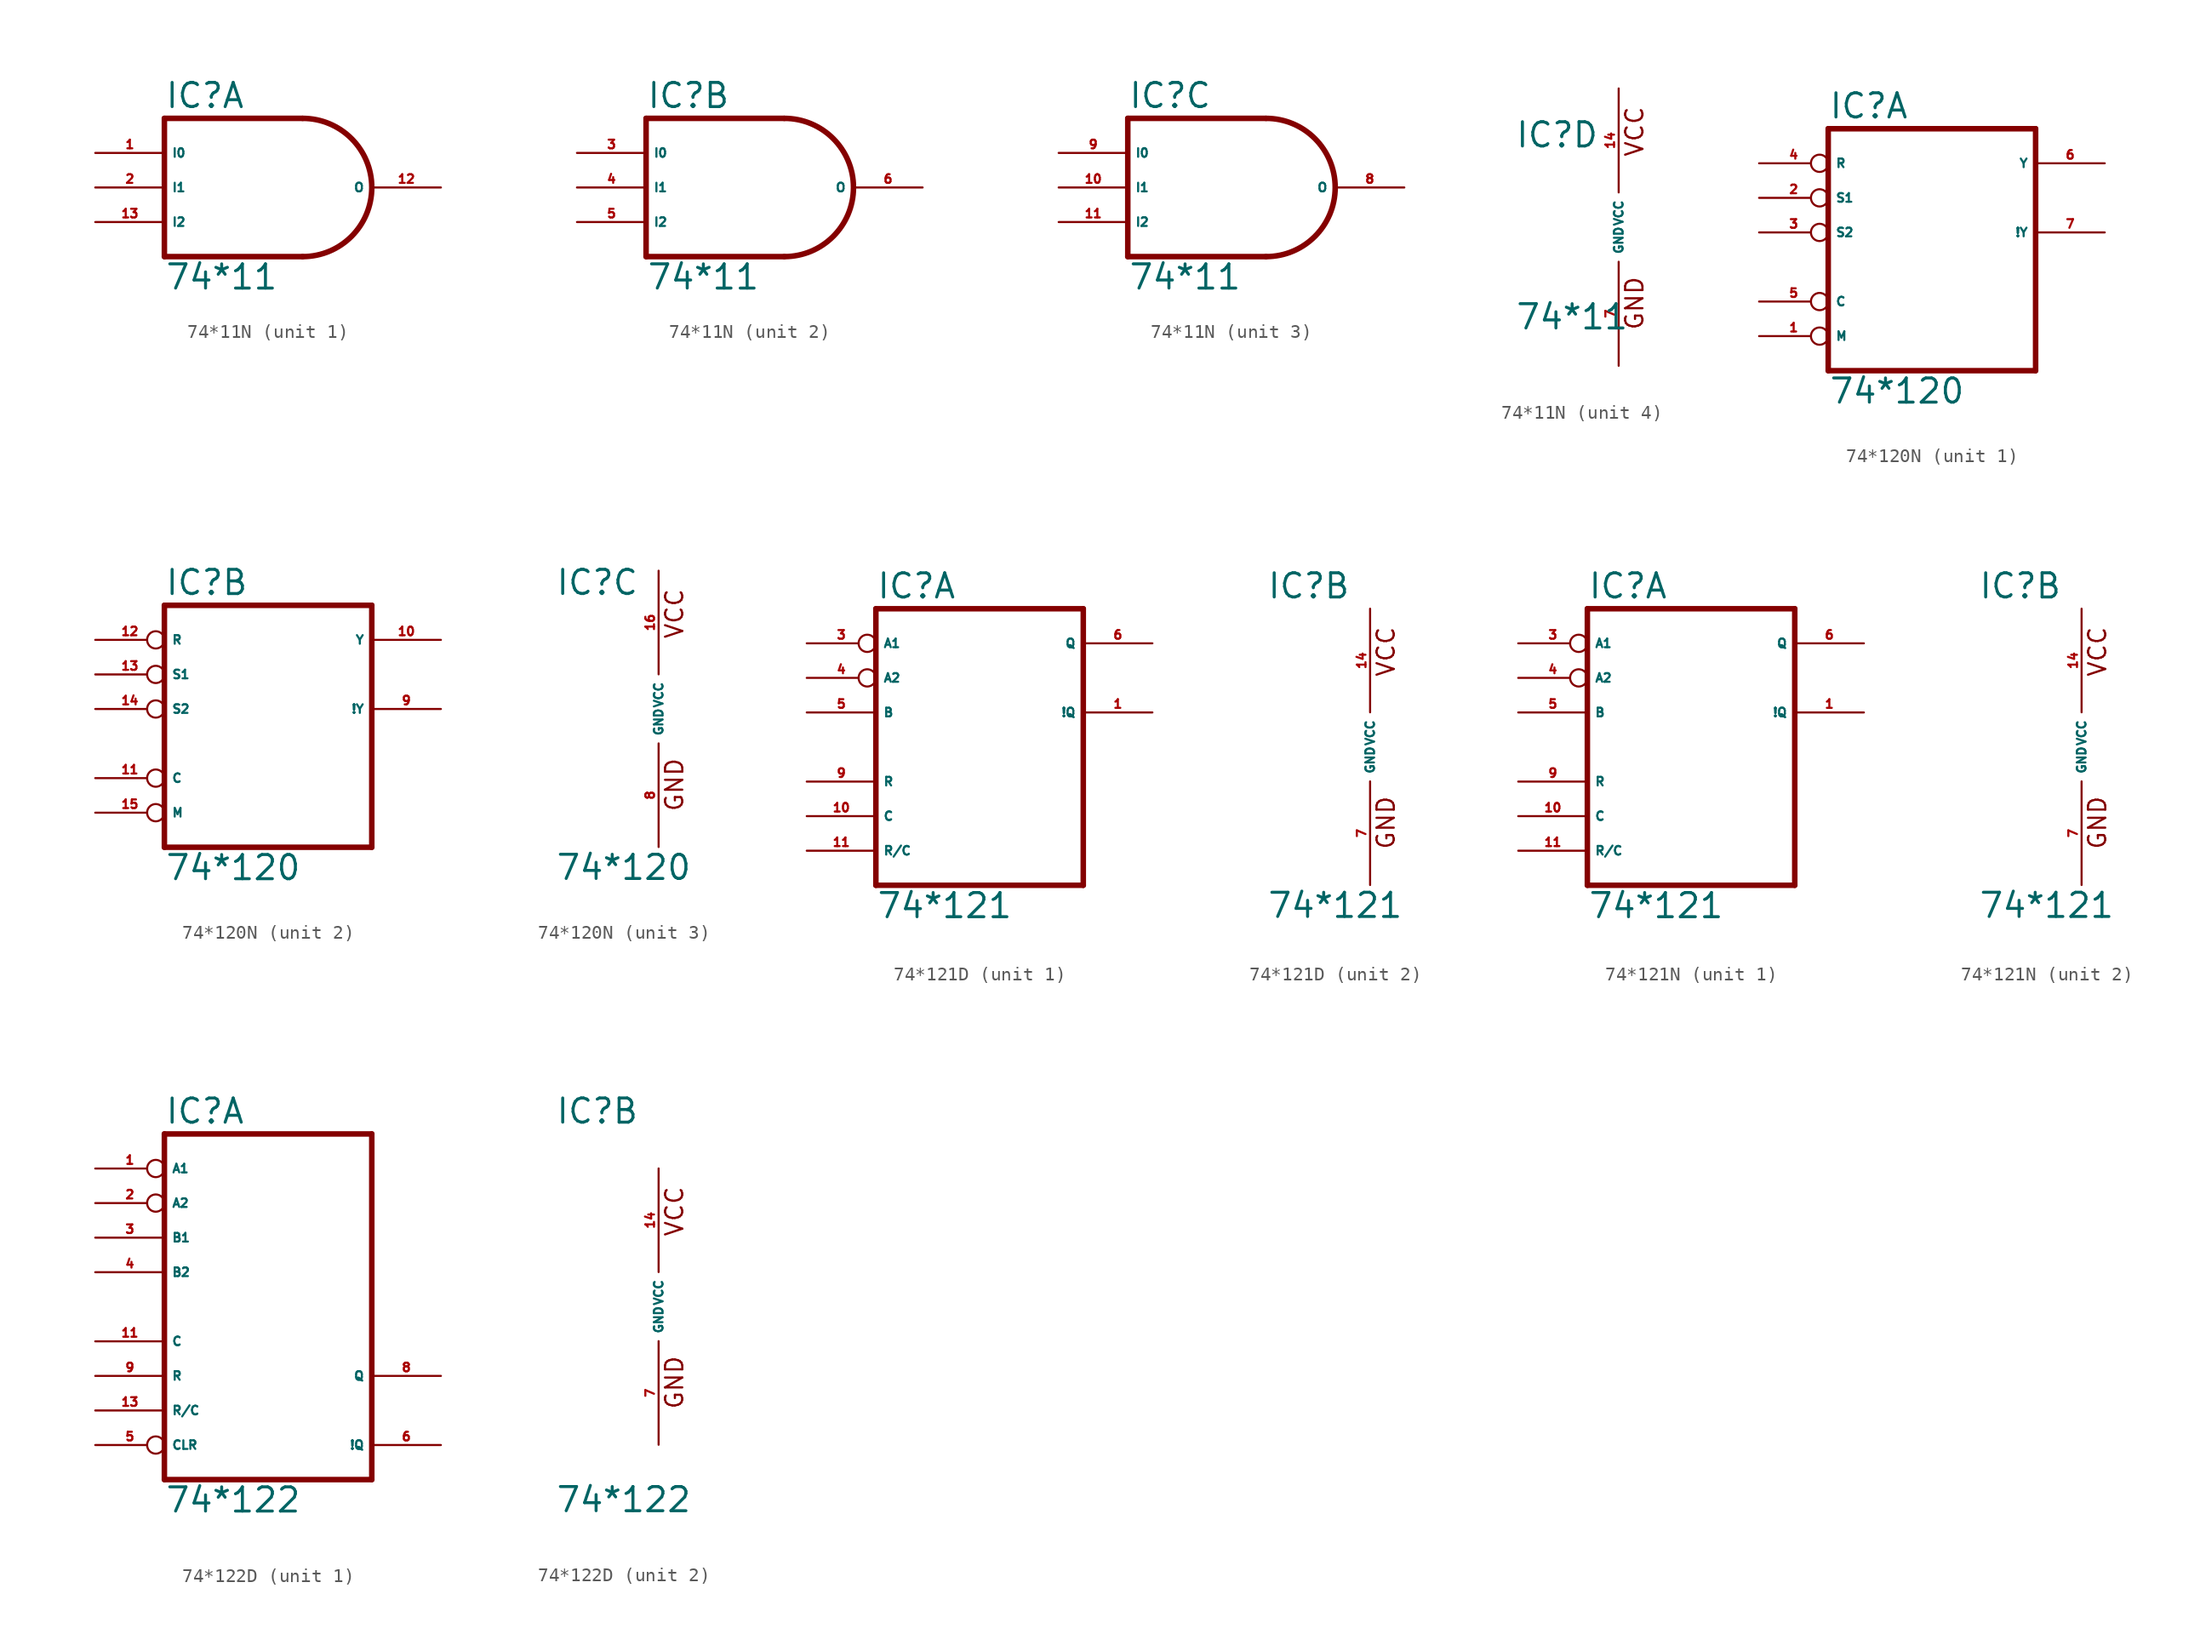
<source format=kicad_sym>
(kicad_symbol_lib
  (version 20220914)
  (generator Eagle2Kicad)
  (symbol "74*11N"
    (property "Reference" "IC"
      (at -7.62 5.715 0)
      (effects (font (size 1.778 1.778) (thickness 0.22)) (justify left bottom)))
    (property "Value" "74*11"
      (at -7.62 -7.62 0)
      (effects (font (size 1.778 1.778) (thickness 0.22)) (justify left bottom)))
    (symbol "74*11N_1_0"
      (polyline (pts (xy 2.54 5.08) (xy -7.62 5.08)) (stroke (width 0.406) (type default)) (fill (type none)))
      (polyline (pts (xy -7.62 5.08) (xy -7.62 -5.08)) (stroke (width 0.406) (type default)) (fill (type none)))
      (polyline (pts (xy -7.62 -5.08) (xy 2.54 -5.08)) (stroke (width 0.406) (type default)) (fill (type none)))
      (arc (start 2.54 -5.08) (mid 7.620 0.000) (end 2.54 5.08) (stroke (width 0.4064) (type default)) (fill (type none)))
      (pin input line (at -12.7 2.54 0) (length 5.08) (name "I0" (effects (font (size 0.635 0.635) (thickness 0.08)) (justify left bottom))) (number "1" (effects (font (size 0.635 0.635) (thickness 0.08)) (justify left bottom))))
      (pin input line (at -12.7 0 0) (length 5.08) (name "I1" (effects (font (size 0.635 0.635) (thickness 0.08)) (justify left bottom))) (number "2" (effects (font (size 0.635 0.635) (thickness 0.08)) (justify left bottom))))
      (pin output line (at 12.7 0 180) (length 5.08) (name "O" (effects (font (size 0.635 0.635) (thickness 0.08)) (justify left bottom))) (number "12" (effects (font (size 0.635 0.635) (thickness 0.08)) (justify left bottom))))
      (pin input line (at -12.7 -2.54 0) (length 5.08) (name "I2" (effects (font (size 0.635 0.635) (thickness 0.08)) (justify left bottom))) (number "13" (effects (font (size 0.635 0.635) (thickness 0.08)) (justify left bottom)))))
    (symbol "74*11N_2_0"
      (polyline (pts (xy 2.54 5.08) (xy -7.62 5.08)) (stroke (width 0.406) (type default)) (fill (type none)))
      (polyline (pts (xy -7.62 5.08) (xy -7.62 -5.08)) (stroke (width 0.406) (type default)) (fill (type none)))
      (polyline (pts (xy -7.62 -5.08) (xy 2.54 -5.08)) (stroke (width 0.406) (type default)) (fill (type none)))
      (arc (start 2.54 -5.08) (mid 7.620 0.000) (end 2.54 5.08) (stroke (width 0.4064) (type default)) (fill (type none)))
      (pin input line (at -12.7 2.54 0) (length 5.08) (name "I0" (effects (font (size 0.635 0.635) (thickness 0.08)) (justify left bottom))) (number "3" (effects (font (size 0.635 0.635) (thickness 0.08)) (justify left bottom))))
      (pin input line (at -12.7 0 0) (length 5.08) (name "I1" (effects (font (size 0.635 0.635) (thickness 0.08)) (justify left bottom))) (number "4" (effects (font (size 0.635 0.635) (thickness 0.08)) (justify left bottom))))
      (pin output line (at 12.7 0 180) (length 5.08) (name "O" (effects (font (size 0.635 0.635) (thickness 0.08)) (justify left bottom))) (number "6" (effects (font (size 0.635 0.635) (thickness 0.08)) (justify left bottom))))
      (pin input line (at -12.7 -2.54 0) (length 5.08) (name "I2" (effects (font (size 0.635 0.635) (thickness 0.08)) (justify left bottom))) (number "5" (effects (font (size 0.635 0.635) (thickness 0.08)) (justify left bottom)))))
    (symbol "74*11N_3_0"
      (polyline (pts (xy 2.54 5.08) (xy -7.62 5.08)) (stroke (width 0.406) (type default)) (fill (type none)))
      (polyline (pts (xy -7.62 5.08) (xy -7.62 -5.08)) (stroke (width 0.406) (type default)) (fill (type none)))
      (polyline (pts (xy -7.62 -5.08) (xy 2.54 -5.08)) (stroke (width 0.406) (type default)) (fill (type none)))
      (arc (start 2.54 -5.08) (mid 7.620 0.000) (end 2.54 5.08) (stroke (width 0.4064) (type default)) (fill (type none)))
      (pin input line (at -12.7 2.54 0) (length 5.08) (name "I0" (effects (font (size 0.635 0.635) (thickness 0.08)) (justify left bottom))) (number "9" (effects (font (size 0.635 0.635) (thickness 0.08)) (justify left bottom))))
      (pin input line (at -12.7 0 0) (length 5.08) (name "I1" (effects (font (size 0.635 0.635) (thickness 0.08)) (justify left bottom))) (number "10" (effects (font (size 0.635 0.635) (thickness 0.08)) (justify left bottom))))
      (pin output line (at 12.7 0 180) (length 5.08) (name "O" (effects (font (size 0.635 0.635) (thickness 0.08)) (justify left bottom))) (number "8" (effects (font (size 0.635 0.635) (thickness 0.08)) (justify left bottom))))
      (pin input line (at -12.7 -2.54 0) (length 5.08) (name "I2" (effects (font (size 0.635 0.635) (thickness 0.08)) (justify left bottom))) (number "11" (effects (font (size 0.635 0.635) (thickness 0.08)) (justify left bottom)))))
    (symbol "74*11N_4_0"
      (text "GND" (at 1.905 -7.62 900) (effects (font (size 1.27 1.27) (thickness 0.16)) (justify left bottom)))
      (text "VCC" (at 1.905 5.08 900) (effects (font (size 1.27 1.27) (thickness 0.16)) (justify left bottom)))
      (pin unspecified line (at 0 -10.16 90) (length 7.62) (name "GND" (effects (font (size 0.635 0.635) (thickness 0.08)) (justify left bottom))) (number "7" (effects (font (size 0.635 0.635) (thickness 0.08)) (justify left bottom))))
      (pin unspecified line (at 0 10.16 270) (length 7.62) (name "VCC" (effects (font (size 0.635 0.635) (thickness 0.08)) (justify left bottom))) (number "14" (effects (font (size 0.635 0.635) (thickness 0.08)) (justify left bottom))))))
  (symbol "74*120N"
    (property "Reference" "IC"
      (at -7.62 8.255 0)
      (effects (font (size 1.778 1.778) (thickness 0.22)) (justify left bottom)))
    (property "Value" "74*120"
      (at -7.62 -12.7 0)
      (effects (font (size 1.778 1.778) (thickness 0.22)) (justify left bottom)))
    (symbol "74*120N_1_0"
      (polyline (pts (xy -7.62 -10.16) (xy 7.62 -10.16)) (stroke (width 0.406) (type default)) (fill (type none)))
      (polyline (pts (xy 7.62 -10.16) (xy 7.62 7.62)) (stroke (width 0.406) (type default)) (fill (type none)))
      (polyline (pts (xy 7.62 7.62) (xy -7.62 7.62)) (stroke (width 0.406) (type default)) (fill (type none)))
      (polyline (pts (xy -7.62 7.62) (xy -7.62 -10.16)) (stroke (width 0.406) (type default)) (fill (type none)))
      (pin input inverted (at -12.7 -7.62 0) (length 5.08) (name "M" (effects (font (size 0.635 0.635) (thickness 0.08)) (justify left bottom))) (number "1" (effects (font (size 0.635 0.635) (thickness 0.08)) (justify left bottom))))
      (pin input inverted (at -12.7 2.54 0) (length 5.08) (name "S1" (effects (font (size 0.635 0.635) (thickness 0.08)) (justify left bottom))) (number "2" (effects (font (size 0.635 0.635) (thickness 0.08)) (justify left bottom))))
      (pin input inverted (at -12.7 0 0) (length 5.08) (name "S2" (effects (font (size 0.635 0.635) (thickness 0.08)) (justify left bottom))) (number "3" (effects (font (size 0.635 0.635) (thickness 0.08)) (justify left bottom))))
      (pin input inverted (at -12.7 5.08 0) (length 5.08) (name "R" (effects (font (size 0.635 0.635) (thickness 0.08)) (justify left bottom))) (number "4" (effects (font (size 0.635 0.635) (thickness 0.08)) (justify left bottom))))
      (pin input inverted (at -12.7 -5.08 0) (length 5.08) (name "C" (effects (font (size 0.635 0.635) (thickness 0.08)) (justify left bottom))) (number "5" (effects (font (size 0.635 0.635) (thickness 0.08)) (justify left bottom))))
      (pin output line (at 12.7 5.08 180) (length 5.08) (name "Y" (effects (font (size 0.635 0.635) (thickness 0.08)) (justify left bottom))) (number "6" (effects (font (size 0.635 0.635) (thickness 0.08)) (justify left bottom))))
      (pin output line (at 12.7 0 180) (length 5.08) (name "!Y" (effects (font (size 0.635 0.635) (thickness 0.08)) (justify left bottom))) (number "7" (effects (font (size 0.635 0.635) (thickness 0.08)) (justify left bottom)))))
    (symbol "74*120N_2_0"
      (polyline (pts (xy -7.62 -10.16) (xy 7.62 -10.16)) (stroke (width 0.406) (type default)) (fill (type none)))
      (polyline (pts (xy 7.62 -10.16) (xy 7.62 7.62)) (stroke (width 0.406) (type default)) (fill (type none)))
      (polyline (pts (xy 7.62 7.62) (xy -7.62 7.62)) (stroke (width 0.406) (type default)) (fill (type none)))
      (polyline (pts (xy -7.62 7.62) (xy -7.62 -10.16)) (stroke (width 0.406) (type default)) (fill (type none)))
      (pin input inverted (at -12.7 -7.62 0) (length 5.08) (name "M" (effects (font (size 0.635 0.635) (thickness 0.08)) (justify left bottom))) (number "15" (effects (font (size 0.635 0.635) (thickness 0.08)) (justify left bottom))))
      (pin input inverted (at -12.7 2.54 0) (length 5.08) (name "S1" (effects (font (size 0.635 0.635) (thickness 0.08)) (justify left bottom))) (number "13" (effects (font (size 0.635 0.635) (thickness 0.08)) (justify left bottom))))
      (pin input inverted (at -12.7 0 0) (length 5.08) (name "S2" (effects (font (size 0.635 0.635) (thickness 0.08)) (justify left bottom))) (number "14" (effects (font (size 0.635 0.635) (thickness 0.08)) (justify left bottom))))
      (pin input inverted (at -12.7 5.08 0) (length 5.08) (name "R" (effects (font (size 0.635 0.635) (thickness 0.08)) (justify left bottom))) (number "12" (effects (font (size 0.635 0.635) (thickness 0.08)) (justify left bottom))))
      (pin input inverted (at -12.7 -5.08 0) (length 5.08) (name "C" (effects (font (size 0.635 0.635) (thickness 0.08)) (justify left bottom))) (number "11" (effects (font (size 0.635 0.635) (thickness 0.08)) (justify left bottom))))
      (pin output line (at 12.7 5.08 180) (length 5.08) (name "Y" (effects (font (size 0.635 0.635) (thickness 0.08)) (justify left bottom))) (number "10" (effects (font (size 0.635 0.635) (thickness 0.08)) (justify left bottom))))
      (pin output line (at 12.7 0 180) (length 5.08) (name "!Y" (effects (font (size 0.635 0.635) (thickness 0.08)) (justify left bottom))) (number "9" (effects (font (size 0.635 0.635) (thickness 0.08)) (justify left bottom)))))
    (symbol "74*120N_3_0"
      (text "GND" (at 1.905 -7.62 900) (effects (font (size 1.27 1.27) (thickness 0.16)) (justify left bottom)))
      (text "VCC" (at 1.905 5.08 900) (effects (font (size 1.27 1.27) (thickness 0.16)) (justify left bottom)))
      (pin unspecified line (at 0 -10.16 90) (length 7.62) (name "GND" (effects (font (size 0.635 0.635) (thickness 0.08)) (justify left bottom))) (number "8" (effects (font (size 0.635 0.635) (thickness 0.08)) (justify left bottom))))
      (pin unspecified line (at 0 10.16 270) (length 7.62) (name "VCC" (effects (font (size 0.635 0.635) (thickness 0.08)) (justify left bottom))) (number "16" (effects (font (size 0.635 0.635) (thickness 0.08)) (justify left bottom))))))
  (symbol "74*121D"
    (property "Reference" "IC"
      (at -7.62 10.795 0)
      (effects (font (size 1.778 1.778) (thickness 0.22)) (justify left bottom)))
    (property "Value" "74*121"
      (at -7.62 -12.7 0)
      (effects (font (size 1.778 1.778) (thickness 0.22)) (justify left bottom)))
    (symbol "74*121D_1_0"
      (polyline (pts (xy -7.62 -10.16) (xy 7.62 -10.16)) (stroke (width 0.406) (type default)) (fill (type none)))
      (polyline (pts (xy 7.62 -10.16) (xy 7.62 10.16)) (stroke (width 0.406) (type default)) (fill (type none)))
      (polyline (pts (xy 7.62 10.16) (xy -7.62 10.16)) (stroke (width 0.406) (type default)) (fill (type none)))
      (polyline (pts (xy -7.62 10.16) (xy -7.62 -10.16)) (stroke (width 0.406) (type default)) (fill (type none)))
      (pin output line (at 12.7 2.54 180) (length 5.08) (name "!Q" (effects (font (size 0.635 0.635) (thickness 0.08)) (justify left bottom))) (number "1" (effects (font (size 0.635 0.635) (thickness 0.08)) (justify left bottom))))
      (pin input inverted (at -12.7 7.62 0) (length 5.08) (name "A1" (effects (font (size 0.635 0.635) (thickness 0.08)) (justify left bottom))) (number "3" (effects (font (size 0.635 0.635) (thickness 0.08)) (justify left bottom))))
      (pin input inverted (at -12.7 5.08 0) (length 5.08) (name "A2" (effects (font (size 0.635 0.635) (thickness 0.08)) (justify left bottom))) (number "4" (effects (font (size 0.635 0.635) (thickness 0.08)) (justify left bottom))))
      (pin input line (at -12.7 2.54 0) (length 5.08) (name "B" (effects (font (size 0.635 0.635) (thickness 0.08)) (justify left bottom))) (number "5" (effects (font (size 0.635 0.635) (thickness 0.08)) (justify left bottom))))
      (pin output line (at 12.7 7.62 180) (length 5.08) (name "Q" (effects (font (size 0.635 0.635) (thickness 0.08)) (justify left bottom))) (number "6" (effects (font (size 0.635 0.635) (thickness 0.08)) (justify left bottom))))
      (pin input line (at -12.7 -2.54 0) (length 5.08) (name "R" (effects (font (size 0.635 0.635) (thickness 0.08)) (justify left bottom))) (number "9" (effects (font (size 0.635 0.635) (thickness 0.08)) (justify left bottom))))
      (pin input line (at -12.7 -5.08 0) (length 5.08) (name "C" (effects (font (size 0.635 0.635) (thickness 0.08)) (justify left bottom))) (number "10" (effects (font (size 0.635 0.635) (thickness 0.08)) (justify left bottom))))
      (pin input line (at -12.7 -7.62 0) (length 5.08) (name "R/C" (effects (font (size 0.635 0.635) (thickness 0.08)) (justify left bottom))) (number "11" (effects (font (size 0.635 0.635) (thickness 0.08)) (justify left bottom)))))
    (symbol "74*121D_2_0"
      (text "GND" (at 1.905 -7.62 900) (effects (font (size 1.27 1.27) (thickness 0.16)) (justify left bottom)))
      (text "VCC" (at 1.905 5.08 900) (effects (font (size 1.27 1.27) (thickness 0.16)) (justify left bottom)))
      (pin unspecified line (at 0 -10.16 90) (length 7.62) (name "GND" (effects (font (size 0.635 0.635) (thickness 0.08)) (justify left bottom))) (number "7" (effects (font (size 0.635 0.635) (thickness 0.08)) (justify left bottom))))
      (pin unspecified line (at 0 10.16 270) (length 7.62) (name "VCC" (effects (font (size 0.635 0.635) (thickness 0.08)) (justify left bottom))) (number "14" (effects (font (size 0.635 0.635) (thickness 0.08)) (justify left bottom))))))
  (symbol "74*121N"
    (property "Reference" "IC"
      (at -7.62 10.795 0)
      (effects (font (size 1.778 1.778) (thickness 0.22)) (justify left bottom)))
    (property "Value" "74*121"
      (at -7.62 -12.7 0)
      (effects (font (size 1.778 1.778) (thickness 0.22)) (justify left bottom)))
    (symbol "74*121N_1_0"
      (polyline (pts (xy -7.62 -10.16) (xy 7.62 -10.16)) (stroke (width 0.406) (type default)) (fill (type none)))
      (polyline (pts (xy 7.62 -10.16) (xy 7.62 10.16)) (stroke (width 0.406) (type default)) (fill (type none)))
      (polyline (pts (xy 7.62 10.16) (xy -7.62 10.16)) (stroke (width 0.406) (type default)) (fill (type none)))
      (polyline (pts (xy -7.62 10.16) (xy -7.62 -10.16)) (stroke (width 0.406) (type default)) (fill (type none)))
      (pin output line (at 12.7 2.54 180) (length 5.08) (name "!Q" (effects (font (size 0.635 0.635) (thickness 0.08)) (justify left bottom))) (number "1" (effects (font (size 0.635 0.635) (thickness 0.08)) (justify left bottom))))
      (pin input inverted (at -12.7 7.62 0) (length 5.08) (name "A1" (effects (font (size 0.635 0.635) (thickness 0.08)) (justify left bottom))) (number "3" (effects (font (size 0.635 0.635) (thickness 0.08)) (justify left bottom))))
      (pin input inverted (at -12.7 5.08 0) (length 5.08) (name "A2" (effects (font (size 0.635 0.635) (thickness 0.08)) (justify left bottom))) (number "4" (effects (font (size 0.635 0.635) (thickness 0.08)) (justify left bottom))))
      (pin input line (at -12.7 2.54 0) (length 5.08) (name "B" (effects (font (size 0.635 0.635) (thickness 0.08)) (justify left bottom))) (number "5" (effects (font (size 0.635 0.635) (thickness 0.08)) (justify left bottom))))
      (pin output line (at 12.7 7.62 180) (length 5.08) (name "Q" (effects (font (size 0.635 0.635) (thickness 0.08)) (justify left bottom))) (number "6" (effects (font (size 0.635 0.635) (thickness 0.08)) (justify left bottom))))
      (pin input line (at -12.7 -2.54 0) (length 5.08) (name "R" (effects (font (size 0.635 0.635) (thickness 0.08)) (justify left bottom))) (number "9" (effects (font (size 0.635 0.635) (thickness 0.08)) (justify left bottom))))
      (pin input line (at -12.7 -5.08 0) (length 5.08) (name "C" (effects (font (size 0.635 0.635) (thickness 0.08)) (justify left bottom))) (number "10" (effects (font (size 0.635 0.635) (thickness 0.08)) (justify left bottom))))
      (pin input line (at -12.7 -7.62 0) (length 5.08) (name "R/C" (effects (font (size 0.635 0.635) (thickness 0.08)) (justify left bottom))) (number "11" (effects (font (size 0.635 0.635) (thickness 0.08)) (justify left bottom)))))
    (symbol "74*121N_2_0"
      (text "GND" (at 1.905 -7.62 900) (effects (font (size 1.27 1.27) (thickness 0.16)) (justify left bottom)))
      (text "VCC" (at 1.905 5.08 900) (effects (font (size 1.27 1.27) (thickness 0.16)) (justify left bottom)))
      (pin unspecified line (at 0 -10.16 90) (length 7.62) (name "GND" (effects (font (size 0.635 0.635) (thickness 0.08)) (justify left bottom))) (number "7" (effects (font (size 0.635 0.635) (thickness 0.08)) (justify left bottom))))
      (pin unspecified line (at 0 10.16 270) (length 7.62) (name "VCC" (effects (font (size 0.635 0.635) (thickness 0.08)) (justify left bottom))) (number "14" (effects (font (size 0.635 0.635) (thickness 0.08)) (justify left bottom))))))
  (symbol "74*122D"
    (property "Reference" "IC"
      (at -7.62 13.335 0)
      (effects (font (size 1.778 1.778) (thickness 0.22)) (justify left bottom)))
    (property "Value" "74*122"
      (at -7.62 -15.24 0)
      (effects (font (size 1.778 1.778) (thickness 0.22)) (justify left bottom)))
    (symbol "74*122D_1_0"
      (polyline (pts (xy -7.62 -12.7) (xy 7.62 -12.7)) (stroke (width 0.406) (type default)) (fill (type none)))
      (polyline (pts (xy 7.62 -12.7) (xy 7.62 12.7)) (stroke (width 0.406) (type default)) (fill (type none)))
      (polyline (pts (xy 7.62 12.7) (xy -7.62 12.7)) (stroke (width 0.406) (type default)) (fill (type none)))
      (polyline (pts (xy -7.62 12.7) (xy -7.62 -12.7)) (stroke (width 0.406) (type default)) (fill (type none)))
      (pin input inverted (at -12.7 10.16 0) (length 5.08) (name "A1" (effects (font (size 0.635 0.635) (thickness 0.08)) (justify left bottom))) (number "1" (effects (font (size 0.635 0.635) (thickness 0.08)) (justify left bottom))))
      (pin input inverted (at -12.7 7.62 0) (length 5.08) (name "A2" (effects (font (size 0.635 0.635) (thickness 0.08)) (justify left bottom))) (number "2" (effects (font (size 0.635 0.635) (thickness 0.08)) (justify left bottom))))
      (pin input line (at -12.7 5.08 0) (length 5.08) (name "B1" (effects (font (size 0.635 0.635) (thickness 0.08)) (justify left bottom))) (number "3" (effects (font (size 0.635 0.635) (thickness 0.08)) (justify left bottom))))
      (pin input line (at -12.7 2.54 0) (length 5.08) (name "B2" (effects (font (size 0.635 0.635) (thickness 0.08)) (justify left bottom))) (number "4" (effects (font (size 0.635 0.635) (thickness 0.08)) (justify left bottom))))
      (pin input inverted (at -12.7 -10.16 0) (length 5.08) (name "CLR" (effects (font (size 0.635 0.635) (thickness 0.08)) (justify left bottom))) (number "5" (effects (font (size 0.635 0.635) (thickness 0.08)) (justify left bottom))))
      (pin output line (at 12.7 -10.16 180) (length 5.08) (name "!Q" (effects (font (size 0.635 0.635) (thickness 0.08)) (justify left bottom))) (number "6" (effects (font (size 0.635 0.635) (thickness 0.08)) (justify left bottom))))
      (pin output line (at 12.7 -5.08 180) (length 5.08) (name "Q" (effects (font (size 0.635 0.635) (thickness 0.08)) (justify left bottom))) (number "8" (effects (font (size 0.635 0.635) (thickness 0.08)) (justify left bottom))))
      (pin input line (at -12.7 -5.08 0) (length 5.08) (name "R" (effects (font (size 0.635 0.635) (thickness 0.08)) (justify left bottom))) (number "9" (effects (font (size 0.635 0.635) (thickness 0.08)) (justify left bottom))))
      (pin input line (at -12.7 -2.54 0) (length 5.08) (name "C" (effects (font (size 0.635 0.635) (thickness 0.08)) (justify left bottom))) (number "11" (effects (font (size 0.635 0.635) (thickness 0.08)) (justify left bottom))))
      (pin input line (at -12.7 -7.62 0) (length 5.08) (name "R/C" (effects (font (size 0.635 0.635) (thickness 0.08)) (justify left bottom))) (number "13" (effects (font (size 0.635 0.635) (thickness 0.08)) (justify left bottom)))))
    (symbol "74*122D_2_0"
      (text "GND" (at 1.905 -7.62 900) (effects (font (size 1.27 1.27) (thickness 0.16)) (justify left bottom)))
      (text "VCC" (at 1.905 5.08 900) (effects (font (size 1.27 1.27) (thickness 0.16)) (justify left bottom)))
      (pin unspecified line (at 0 -10.16 90) (length 7.62) (name "GND" (effects (font (size 0.635 0.635) (thickness 0.08)) (justify left bottom))) (number "7" (effects (font (size 0.635 0.635) (thickness 0.08)) (justify left bottom))))
      (pin unspecified line (at 0 10.16 270) (length 7.62) (name "VCC" (effects (font (size 0.635 0.635) (thickness 0.08)) (justify left bottom))) (number "14" (effects (font (size 0.635 0.635) (thickness 0.08)) (justify left bottom)))))))
</source>
